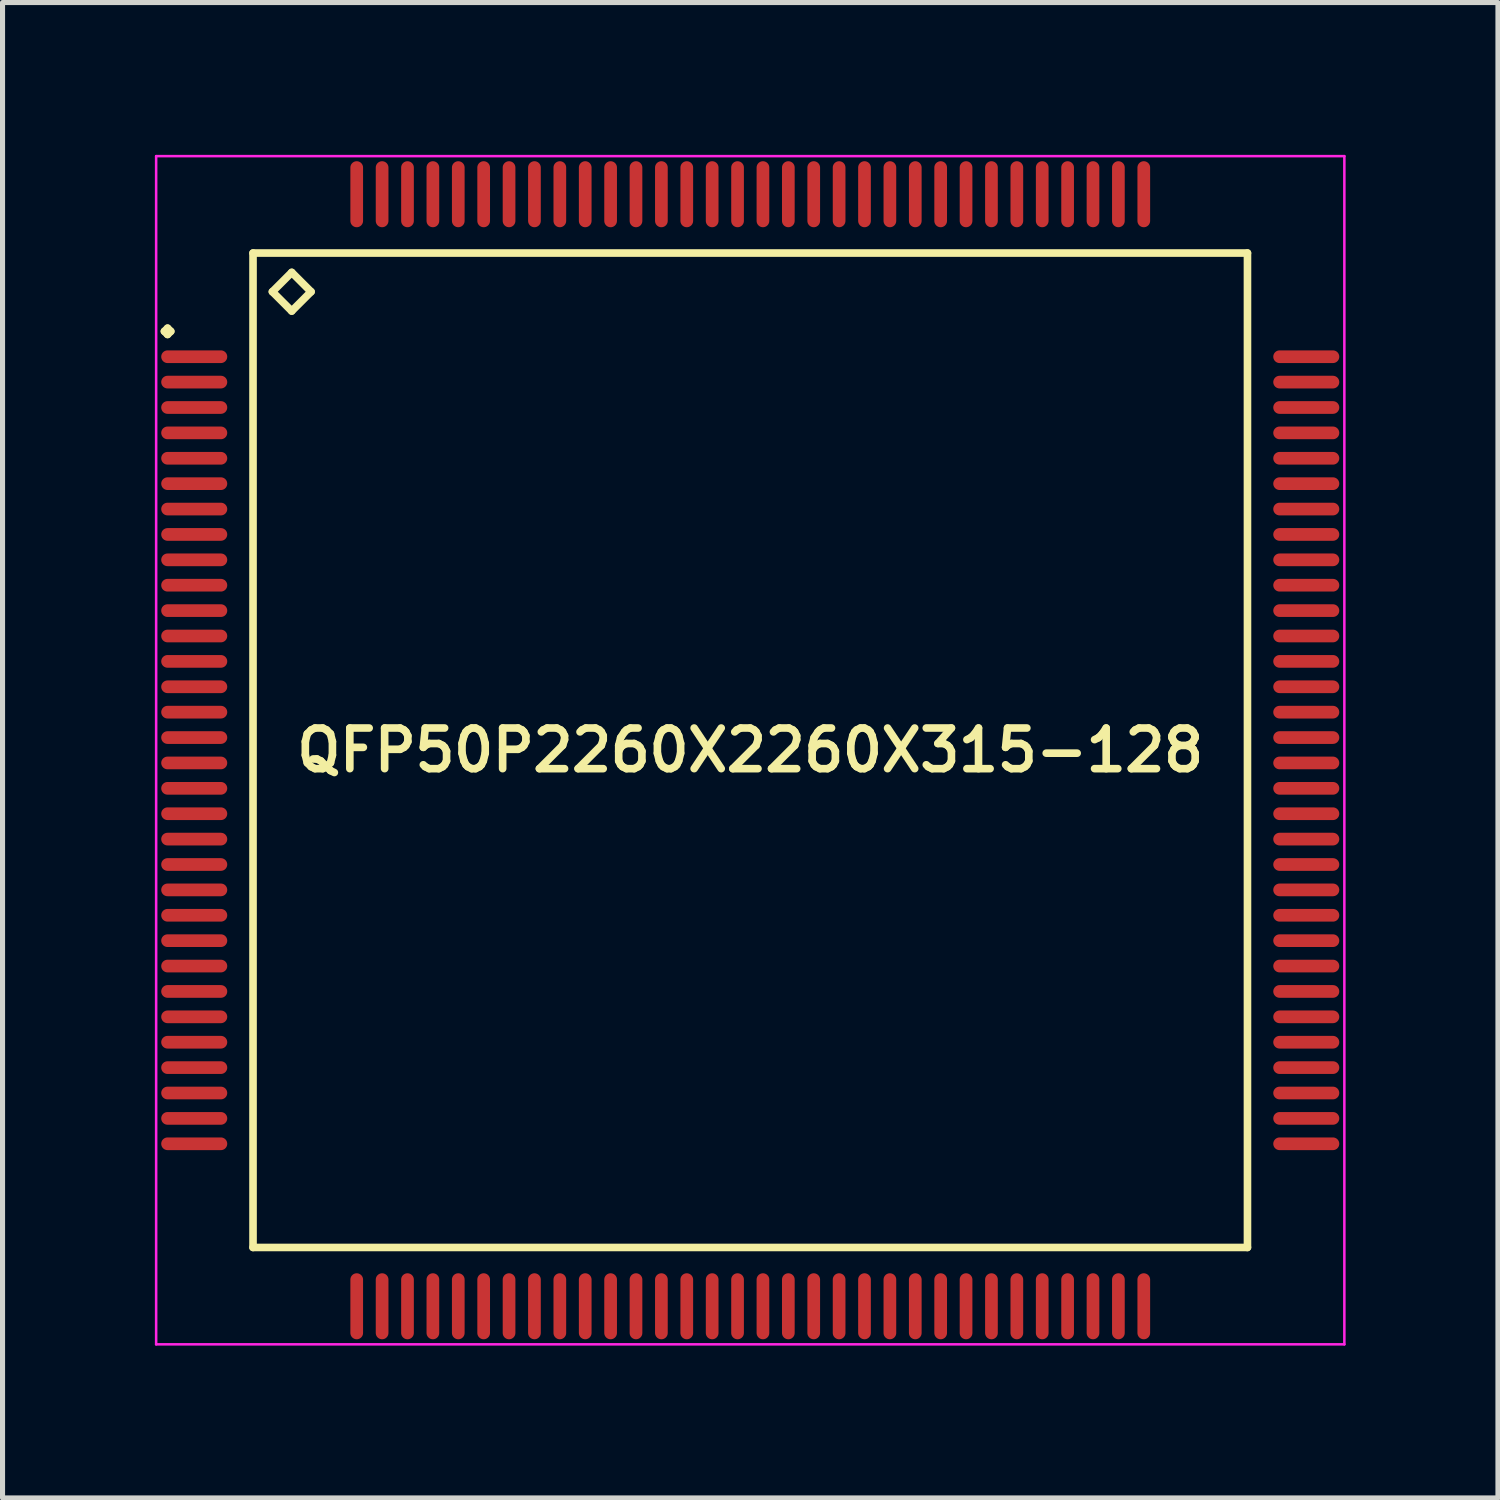
<source format=kicad_pcb>
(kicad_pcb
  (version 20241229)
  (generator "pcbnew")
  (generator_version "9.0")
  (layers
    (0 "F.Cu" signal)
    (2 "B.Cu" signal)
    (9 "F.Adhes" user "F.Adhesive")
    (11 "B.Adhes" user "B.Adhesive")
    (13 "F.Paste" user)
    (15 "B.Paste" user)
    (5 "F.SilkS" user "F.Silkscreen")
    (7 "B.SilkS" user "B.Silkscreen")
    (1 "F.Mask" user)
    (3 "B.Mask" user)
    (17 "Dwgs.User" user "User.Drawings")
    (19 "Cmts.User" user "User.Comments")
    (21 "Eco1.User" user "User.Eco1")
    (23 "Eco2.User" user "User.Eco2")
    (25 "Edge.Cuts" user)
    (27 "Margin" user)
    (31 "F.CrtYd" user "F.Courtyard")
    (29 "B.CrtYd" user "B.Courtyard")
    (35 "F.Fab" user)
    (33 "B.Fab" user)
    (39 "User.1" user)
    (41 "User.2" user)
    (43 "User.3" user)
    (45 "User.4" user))
  (footprint "QFP50P2260X2260X315-128"
    (layer "F.Cu")
    (at 11.725 11.725)
    (property "Reference" "QFP50P2260X2260X315-128" (at 0 0 0) (layer "F.SilkS") (effects (font (size 0.8 0.8) (thickness 0.15))))
    (attr smd)
    (fp_line (start -11.537 -8.25) (end -11.475 -8.312) (stroke (width 0.15) (type solid)) (layer "F.SilkS"))
    (fp_line (start -11.475 -8.312) (end -11.412 -8.25) (stroke (width 0.15) (type solid)) (layer "F.SilkS"))
    (fp_line (start -11.475 -8.188) (end -11.537 -8.25) (stroke (width 0.15) (type solid)) (layer "F.SilkS"))
    (fp_line (start -11.412 -8.25) (end -11.475 -8.188) (stroke (width 0.15) (type solid)) (layer "F.SilkS"))
    (fp_line (start -9.792 -9.792) (end -9.792 9.792) (stroke (width 0.15) (type solid)) (layer "F.SilkS"))
    (fp_line (start -9.792 9.792) (end 9.792 9.792) (stroke (width 0.15) (type solid)) (layer "F.SilkS"))
    (fp_line (start -9.411 -9.03) (end -9.03 -9.411) (stroke (width 0.15) (type solid)) (layer "F.SilkS"))
    (fp_line (start -9.03 -9.411) (end -8.649 -9.03) (stroke (width 0.15) (type solid)) (layer "F.SilkS"))
    (fp_line (start -9.03 -8.649) (end -9.411 -9.03) (stroke (width 0.15) (type solid)) (layer "F.SilkS"))
    (fp_line (start -8.649 -9.03) (end -9.03 -8.649) (stroke (width 0.15) (type solid)) (layer "F.SilkS"))
    (fp_line (start 9.792 -9.792) (end -9.792 -9.792) (stroke (width 0.15) (type solid)) (layer "F.SilkS"))
    (fp_line (start 9.792 9.792) (end 9.792 -9.792) (stroke (width 0.15) (type solid)) (layer "F.SilkS"))
    (fp_line (start -11.7 -11.7) (end 11.7 -11.7) (stroke (width 0.05) (type solid)) (layer "F.CrtYd"))
    (fp_line (start -11.7 11.7) (end -11.7 -11.7) (stroke (width 0.05) (type solid)) (layer "F.CrtYd"))
    (fp_line (start 11.7 -11.7) (end 11.7 11.7) (stroke (width 0.05) (type solid)) (layer "F.CrtYd"))
    (fp_line (start 11.7 11.7) (end -11.7 11.7) (stroke (width 0.05) (type solid)) (layer "F.CrtYd"))
    (pad "1" smd oval (at -10.95 -7.75) (size 1.3 0.25) (layers "F.Cu" "F.Mask" "F.Paste"))
    (pad "2" smd oval (at -10.95 -7.25) (size 1.3 0.25) (layers "F.Cu" "F.Mask" "F.Paste"))
    (pad "3" smd oval (at -10.95 -6.75) (size 1.3 0.25) (layers "F.Cu" "F.Mask" "F.Paste"))
    (pad "4" smd oval (at -10.95 -6.25) (size 1.3 0.25) (layers "F.Cu" "F.Mask" "F.Paste"))
    (pad "5" smd oval (at -10.95 -5.75) (size 1.3 0.25) (layers "F.Cu" "F.Mask" "F.Paste"))
    (pad "6" smd oval (at -10.95 -5.25) (size 1.3 0.25) (layers "F.Cu" "F.Mask" "F.Paste"))
    (pad "7" smd oval (at -10.95 -4.75) (size 1.3 0.25) (layers "F.Cu" "F.Mask" "F.Paste"))
    (pad "8" smd oval (at -10.95 -4.25) (size 1.3 0.25) (layers "F.Cu" "F.Mask" "F.Paste"))
    (pad "9" smd oval (at -10.95 -3.75) (size 1.3 0.25) (layers "F.Cu" "F.Mask" "F.Paste"))
    (pad "10" smd oval (at -10.95 -3.25) (size 1.3 0.25) (layers "F.Cu" "F.Mask" "F.Paste"))
    (pad "11" smd oval (at -10.95 -2.75) (size 1.3 0.25) (layers "F.Cu" "F.Mask" "F.Paste"))
    (pad "12" smd oval (at -10.95 -2.25) (size 1.3 0.25) (layers "F.Cu" "F.Mask" "F.Paste"))
    (pad "13" smd oval (at -10.95 -1.75) (size 1.3 0.25) (layers "F.Cu" "F.Mask" "F.Paste"))
    (pad "14" smd oval (at -10.95 -1.25) (size 1.3 0.25) (layers "F.Cu" "F.Mask" "F.Paste"))
    (pad "15" smd oval (at -10.95 -0.75) (size 1.3 0.25) (layers "F.Cu" "F.Mask" "F.Paste"))
    (pad "16" smd oval (at -10.95 -0.25) (size 1.3 0.25) (layers "F.Cu" "F.Mask" "F.Paste"))
    (pad "17" smd oval (at -10.95 0.25) (size 1.3 0.25) (layers "F.Cu" "F.Mask" "F.Paste"))
    (pad "18" smd oval (at -10.95 0.75) (size 1.3 0.25) (layers "F.Cu" "F.Mask" "F.Paste"))
    (pad "19" smd oval (at -10.95 1.25) (size 1.3 0.25) (layers "F.Cu" "F.Mask" "F.Paste"))
    (pad "20" smd oval (at -10.95 1.75) (size 1.3 0.25) (layers "F.Cu" "F.Mask" "F.Paste"))
    (pad "21" smd oval (at -10.95 2.25) (size 1.3 0.25) (layers "F.Cu" "F.Mask" "F.Paste"))
    (pad "22" smd oval (at -10.95 2.75) (size 1.3 0.25) (layers "F.Cu" "F.Mask" "F.Paste"))
    (pad "23" smd oval (at -10.95 3.25) (size 1.3 0.25) (layers "F.Cu" "F.Mask" "F.Paste"))
    (pad "24" smd oval (at -10.95 3.75) (size 1.3 0.25) (layers "F.Cu" "F.Mask" "F.Paste"))
    (pad "25" smd oval (at -10.95 4.25) (size 1.3 0.25) (layers "F.Cu" "F.Mask" "F.Paste"))
    (pad "26" smd oval (at -10.95 4.75) (size 1.3 0.25) (layers "F.Cu" "F.Mask" "F.Paste"))
    (pad "27" smd oval (at -10.95 5.25) (size 1.3 0.25) (layers "F.Cu" "F.Mask" "F.Paste"))
    (pad "28" smd oval (at -10.95 5.75) (size 1.3 0.25) (layers "F.Cu" "F.Mask" "F.Paste"))
    (pad "29" smd oval (at -10.95 6.25) (size 1.3 0.25) (layers "F.Cu" "F.Mask" "F.Paste"))
    (pad "30" smd oval (at -10.95 6.75) (size 1.3 0.25) (layers "F.Cu" "F.Mask" "F.Paste"))
    (pad "31" smd oval (at -10.95 7.25) (size 1.3 0.25) (layers "F.Cu" "F.Mask" "F.Paste"))
    (pad "32" smd oval (at -10.95 7.75) (size 1.3 0.25) (layers "F.Cu" "F.Mask" "F.Paste"))
    (pad "33" smd oval (at -7.75 10.95) (size 0.25 1.3) (layers "F.Cu" "F.Mask" "F.Paste"))
    (pad "34" smd oval (at -7.25 10.95) (size 0.25 1.3) (layers "F.Cu" "F.Mask" "F.Paste"))
    (pad "35" smd oval (at -6.75 10.95) (size 0.25 1.3) (layers "F.Cu" "F.Mask" "F.Paste"))
    (pad "36" smd oval (at -6.25 10.95) (size 0.25 1.3) (layers "F.Cu" "F.Mask" "F.Paste"))
    (pad "37" smd oval (at -5.75 10.95) (size 0.25 1.3) (layers "F.Cu" "F.Mask" "F.Paste"))
    (pad "38" smd oval (at -5.25 10.95) (size 0.25 1.3) (layers "F.Cu" "F.Mask" "F.Paste"))
    (pad "39" smd oval (at -4.75 10.95) (size 0.25 1.3) (layers "F.Cu" "F.Mask" "F.Paste"))
    (pad "40" smd oval (at -4.25 10.95) (size 0.25 1.3) (layers "F.Cu" "F.Mask" "F.Paste"))
    (pad "41" smd oval (at -3.75 10.95) (size 0.25 1.3) (layers "F.Cu" "F.Mask" "F.Paste"))
    (pad "42" smd oval (at -3.25 10.95) (size 0.25 1.3) (layers "F.Cu" "F.Mask" "F.Paste"))
    (pad "43" smd oval (at -2.75 10.95) (size 0.25 1.3) (layers "F.Cu" "F.Mask" "F.Paste"))
    (pad "44" smd oval (at -2.25 10.95) (size 0.25 1.3) (layers "F.Cu" "F.Mask" "F.Paste"))
    (pad "45" smd oval (at -1.75 10.95) (size 0.25 1.3) (layers "F.Cu" "F.Mask" "F.Paste"))
    (pad "46" smd oval (at -1.25 10.95) (size 0.25 1.3) (layers "F.Cu" "F.Mask" "F.Paste"))
    (pad "47" smd oval (at -0.75 10.95) (size 0.25 1.3) (layers "F.Cu" "F.Mask" "F.Paste"))
    (pad "48" smd oval (at -0.25 10.95) (size 0.25 1.3) (layers "F.Cu" "F.Mask" "F.Paste"))
    (pad "49" smd oval (at 0.25 10.95) (size 0.25 1.3) (layers "F.Cu" "F.Mask" "F.Paste"))
    (pad "50" smd oval (at 0.75 10.95) (size 0.25 1.3) (layers "F.Cu" "F.Mask" "F.Paste"))
    (pad "51" smd oval (at 1.25 10.95) (size 0.25 1.3) (layers "F.Cu" "F.Mask" "F.Paste"))
    (pad "52" smd oval (at 1.75 10.95) (size 0.25 1.3) (layers "F.Cu" "F.Mask" "F.Paste"))
    (pad "53" smd oval (at 2.25 10.95) (size 0.25 1.3) (layers "F.Cu" "F.Mask" "F.Paste"))
    (pad "54" smd oval (at 2.75 10.95) (size 0.25 1.3) (layers "F.Cu" "F.Mask" "F.Paste"))
    (pad "55" smd oval (at 3.25 10.95) (size 0.25 1.3) (layers "F.Cu" "F.Mask" "F.Paste"))
    (pad "56" smd oval (at 3.75 10.95) (size 0.25 1.3) (layers "F.Cu" "F.Mask" "F.Paste"))
    (pad "57" smd oval (at 4.25 10.95) (size 0.25 1.3) (layers "F.Cu" "F.Mask" "F.Paste"))
    (pad "58" smd oval (at 4.75 10.95) (size 0.25 1.3) (layers "F.Cu" "F.Mask" "F.Paste"))
    (pad "59" smd oval (at 5.25 10.95) (size 0.25 1.3) (layers "F.Cu" "F.Mask" "F.Paste"))
    (pad "60" smd oval (at 5.75 10.95) (size 0.25 1.3) (layers "F.Cu" "F.Mask" "F.Paste"))
    (pad "61" smd oval (at 6.25 10.95) (size 0.25 1.3) (layers "F.Cu" "F.Mask" "F.Paste"))
    (pad "62" smd oval (at 6.75 10.95) (size 0.25 1.3) (layers "F.Cu" "F.Mask" "F.Paste"))
    (pad "63" smd oval (at 7.25 10.95) (size 0.25 1.3) (layers "F.Cu" "F.Mask" "F.Paste"))
    (pad "64" smd oval (at 7.75 10.95) (size 0.25 1.3) (layers "F.Cu" "F.Mask" "F.Paste"))
    (pad "65" smd oval (at 10.95 7.75) (size 1.3 0.25) (layers "F.Cu" "F.Mask" "F.Paste"))
    (pad "66" smd oval (at 10.95 7.25) (size 1.3 0.25) (layers "F.Cu" "F.Mask" "F.Paste"))
    (pad "67" smd oval (at 10.95 6.75) (size 1.3 0.25) (layers "F.Cu" "F.Mask" "F.Paste"))
    (pad "68" smd oval (at 10.95 6.25) (size 1.3 0.25) (layers "F.Cu" "F.Mask" "F.Paste"))
    (pad "69" smd oval (at 10.95 5.75) (size 1.3 0.25) (layers "F.Cu" "F.Mask" "F.Paste"))
    (pad "70" smd oval (at 10.95 5.25) (size 1.3 0.25) (layers "F.Cu" "F.Mask" "F.Paste"))
    (pad "71" smd oval (at 10.95 4.75) (size 1.3 0.25) (layers "F.Cu" "F.Mask" "F.Paste"))
    (pad "72" smd oval (at 10.95 4.25) (size 1.3 0.25) (layers "F.Cu" "F.Mask" "F.Paste"))
    (pad "73" smd oval (at 10.95 3.75) (size 1.3 0.25) (layers "F.Cu" "F.Mask" "F.Paste"))
    (pad "74" smd oval (at 10.95 3.25) (size 1.3 0.25) (layers "F.Cu" "F.Mask" "F.Paste"))
    (pad "75" smd oval (at 10.95 2.75) (size 1.3 0.25) (layers "F.Cu" "F.Mask" "F.Paste"))
    (pad "76" smd oval (at 10.95 2.25) (size 1.3 0.25) (layers "F.Cu" "F.Mask" "F.Paste"))
    (pad "77" smd oval (at 10.95 1.75) (size 1.3 0.25) (layers "F.Cu" "F.Mask" "F.Paste"))
    (pad "78" smd oval (at 10.95 1.25) (size 1.3 0.25) (layers "F.Cu" "F.Mask" "F.Paste"))
    (pad "79" smd oval (at 10.95 0.75) (size 1.3 0.25) (layers "F.Cu" "F.Mask" "F.Paste"))
    (pad "80" smd oval (at 10.95 0.25) (size 1.3 0.25) (layers "F.Cu" "F.Mask" "F.Paste"))
    (pad "81" smd oval (at 10.95 -0.25) (size 1.3 0.25) (layers "F.Cu" "F.Mask" "F.Paste"))
    (pad "82" smd oval (at 10.95 -0.75) (size 1.3 0.25) (layers "F.Cu" "F.Mask" "F.Paste"))
    (pad "83" smd oval (at 10.95 -1.25) (size 1.3 0.25) (layers "F.Cu" "F.Mask" "F.Paste"))
    (pad "84" smd oval (at 10.95 -1.75) (size 1.3 0.25) (layers "F.Cu" "F.Mask" "F.Paste"))
    (pad "85" smd oval (at 10.95 -2.25) (size 1.3 0.25) (layers "F.Cu" "F.Mask" "F.Paste"))
    (pad "86" smd oval (at 10.95 -2.75) (size 1.3 0.25) (layers "F.Cu" "F.Mask" "F.Paste"))
    (pad "87" smd oval (at 10.95 -3.25) (size 1.3 0.25) (layers "F.Cu" "F.Mask" "F.Paste"))
    (pad "88" smd oval (at 10.95 -3.75) (size 1.3 0.25) (layers "F.Cu" "F.Mask" "F.Paste"))
    (pad "89" smd oval (at 10.95 -4.25) (size 1.3 0.25) (layers "F.Cu" "F.Mask" "F.Paste"))
    (pad "90" smd oval (at 10.95 -4.75) (size 1.3 0.25) (layers "F.Cu" "F.Mask" "F.Paste"))
    (pad "91" smd oval (at 10.95 -5.25) (size 1.3 0.25) (layers "F.Cu" "F.Mask" "F.Paste"))
    (pad "92" smd oval (at 10.95 -5.75) (size 1.3 0.25) (layers "F.Cu" "F.Mask" "F.Paste"))
    (pad "93" smd oval (at 10.95 -6.25) (size 1.3 0.25) (layers "F.Cu" "F.Mask" "F.Paste"))
    (pad "94" smd oval (at 10.95 -6.75) (size 1.3 0.25) (layers "F.Cu" "F.Mask" "F.Paste"))
    (pad "95" smd oval (at 10.95 -7.25) (size 1.3 0.25) (layers "F.Cu" "F.Mask" "F.Paste"))
    (pad "96" smd oval (at 10.95 -7.75) (size 1.3 0.25) (layers "F.Cu" "F.Mask" "F.Paste"))
    (pad "97" smd oval (at 7.75 -10.95) (size 0.25 1.3) (layers "F.Cu" "F.Mask" "F.Paste"))
    (pad "98" smd oval (at 7.25 -10.95) (size 0.25 1.3) (layers "F.Cu" "F.Mask" "F.Paste"))
    (pad "99" smd oval (at 6.75 -10.95) (size 0.25 1.3) (layers "F.Cu" "F.Mask" "F.Paste"))
    (pad "100" smd oval (at 6.25 -10.95) (size 0.25 1.3) (layers "F.Cu" "F.Mask" "F.Paste"))
    (pad "101" smd oval (at 5.75 -10.95) (size 0.25 1.3) (layers "F.Cu" "F.Mask" "F.Paste"))
    (pad "102" smd oval (at 5.25 -10.95) (size 0.25 1.3) (layers "F.Cu" "F.Mask" "F.Paste"))
    (pad "103" smd oval (at 4.75 -10.95) (size 0.25 1.3) (layers "F.Cu" "F.Mask" "F.Paste"))
    (pad "104" smd oval (at 4.25 -10.95) (size 0.25 1.3) (layers "F.Cu" "F.Mask" "F.Paste"))
    (pad "105" smd oval (at 3.75 -10.95) (size 0.25 1.3) (layers "F.Cu" "F.Mask" "F.Paste"))
    (pad "106" smd oval (at 3.25 -10.95) (size 0.25 1.3) (layers "F.Cu" "F.Mask" "F.Paste"))
    (pad "107" smd oval (at 2.75 -10.95) (size 0.25 1.3) (layers "F.Cu" "F.Mask" "F.Paste"))
    (pad "108" smd oval (at 2.25 -10.95) (size 0.25 1.3) (layers "F.Cu" "F.Mask" "F.Paste"))
    (pad "109" smd oval (at 1.75 -10.95) (size 0.25 1.3) (layers "F.Cu" "F.Mask" "F.Paste"))
    (pad "110" smd oval (at 1.25 -10.95) (size 0.25 1.3) (layers "F.Cu" "F.Mask" "F.Paste"))
    (pad "111" smd oval (at 0.75 -10.95) (size 0.25 1.3) (layers "F.Cu" "F.Mask" "F.Paste"))
    (pad "112" smd oval (at 0.25 -10.95) (size 0.25 1.3) (layers "F.Cu" "F.Mask" "F.Paste"))
    (pad "113" smd oval (at -0.25 -10.95) (size 0.25 1.3) (layers "F.Cu" "F.Mask" "F.Paste"))
    (pad "114" smd oval (at -0.75 -10.95) (size 0.25 1.3) (layers "F.Cu" "F.Mask" "F.Paste"))
    (pad "115" smd oval (at -1.25 -10.95) (size 0.25 1.3) (layers "F.Cu" "F.Mask" "F.Paste"))
    (pad "116" smd oval (at -1.75 -10.95) (size 0.25 1.3) (layers "F.Cu" "F.Mask" "F.Paste"))
    (pad "117" smd oval (at -2.25 -10.95) (size 0.25 1.3) (layers "F.Cu" "F.Mask" "F.Paste"))
    (pad "118" smd oval (at -2.75 -10.95) (size 0.25 1.3) (layers "F.Cu" "F.Mask" "F.Paste"))
    (pad "119" smd oval (at -3.25 -10.95) (size 0.25 1.3) (layers "F.Cu" "F.Mask" "F.Paste"))
    (pad "120" smd oval (at -3.75 -10.95) (size 0.25 1.3) (layers "F.Cu" "F.Mask" "F.Paste"))
    (pad "121" smd oval (at -4.25 -10.95) (size 0.25 1.3) (layers "F.Cu" "F.Mask" "F.Paste"))
    (pad "122" smd oval (at -4.75 -10.95) (size 0.25 1.3) (layers "F.Cu" "F.Mask" "F.Paste"))
    (pad "123" smd oval (at -5.25 -10.95) (size 0.25 1.3) (layers "F.Cu" "F.Mask" "F.Paste"))
    (pad "124" smd oval (at -5.75 -10.95) (size 0.25 1.3) (layers "F.Cu" "F.Mask" "F.Paste"))
    (pad "125" smd oval (at -6.25 -10.95) (size 0.25 1.3) (layers "F.Cu" "F.Mask" "F.Paste"))
    (pad "126" smd oval (at -6.75 -10.95) (size 0.25 1.3) (layers "F.Cu" "F.Mask" "F.Paste"))
    (pad "127" smd oval (at -7.25 -10.95) (size 0.25 1.3) (layers "F.Cu" "F.Mask" "F.Paste"))
    (pad "128" smd oval (at -7.75 -10.95) (size 0.25 1.3) (layers "F.Cu" "F.Mask" "F.Paste")))
  (gr_rect
    (start -3 -3)
    (end 26.45 26.45)
    (stroke (width 0.1) (type default))
    (fill no)
    (layer "Edge.Cuts")))
</source>
